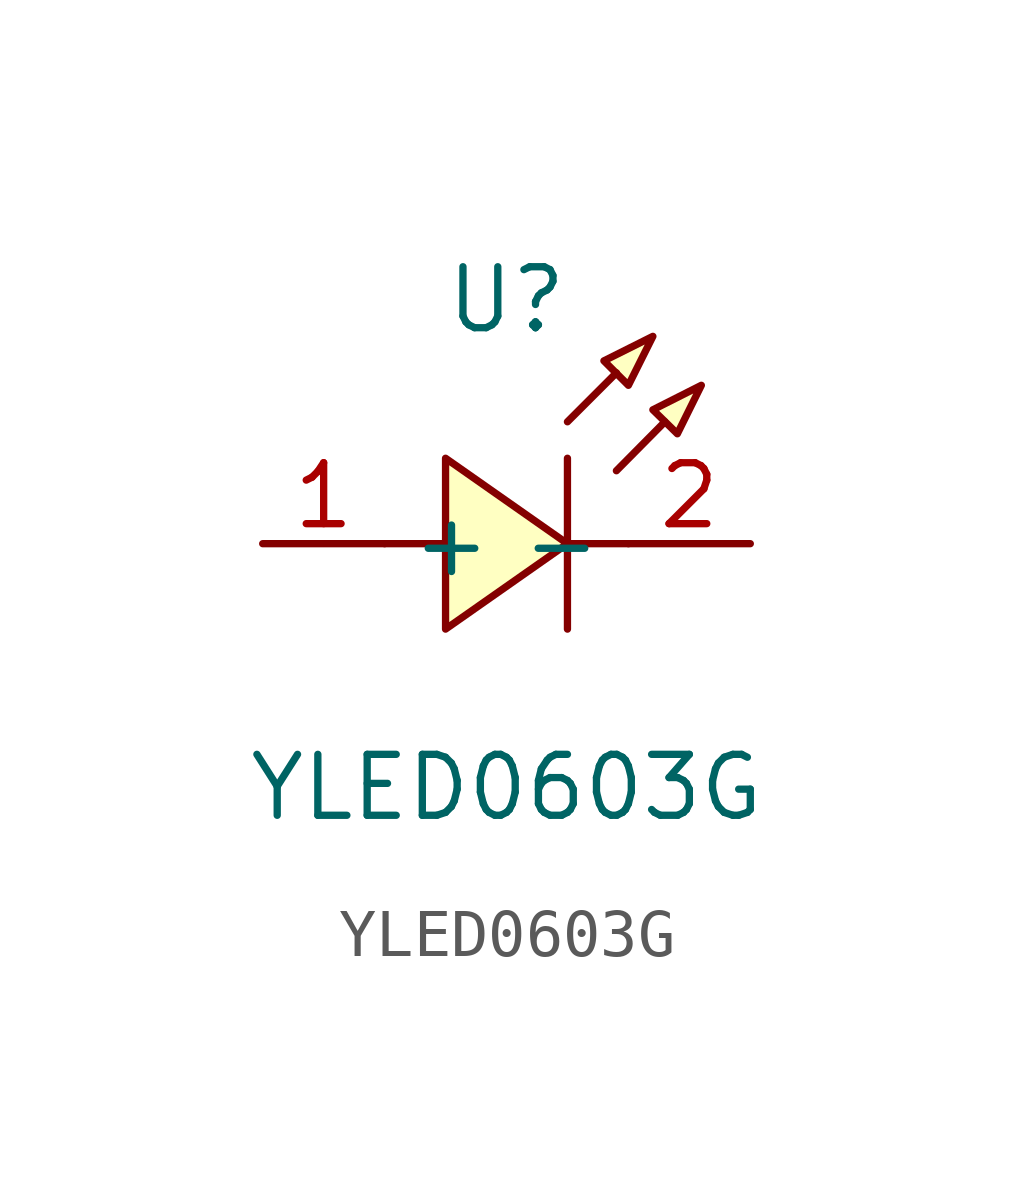
<source format=kicad_sym>
(kicad_symbol_lib
  (version 20211014)
  (generator https://github.com/uPesy/easyeda2kicad.py)
  (symbol "YLED0603G"
    (property "Reference" "U"
      (at 0 5.08 0)
      (effects (font (size 1.27 1.27))))
    (property "Value" "YLED0603G"
      (at 0 -5.08 0)
      (effects (font (size 1.27 1.27))))
    (symbol "YLED0603G_0_1"
      (polyline (pts (xy 4.06 3.30) (xy 3.05 2.79) (xy 3.56 2.29) (xy 4.06 3.30)) (stroke (width 0) (type default) (color 0 0 0 0)) (fill (type background)))
      (polyline (pts (xy 3.05 4.32) (xy 2.03 3.81) (xy 2.54 3.30) (xy 3.05 4.32)) (stroke (width 0) (type default) (color 0 0 0 0)) (fill (type background)))
      (polyline (pts (xy -1.27 1.78) (xy 1.27 -0.00) (xy -1.27 -1.78) (xy -1.27 1.78)) (stroke (width 0) (type default) (color 0 0 0 0)) (fill (type background)))
      (polyline (pts (xy 2.29 1.52) (xy 3.30 2.54) (xy 2.29 1.52)) (stroke (width 0) (type default) (color 0 0 0 0)) (fill (type background)))
      (polyline (pts (xy 1.27 2.54) (xy 2.29 3.56) (xy 1.27 2.54)) (stroke (width 0) (type default) (color 0 0 0 0)) (fill (type background)))
      (polyline (pts (xy 1.27 -0.00) (xy 2.54 -0.00)) (stroke (width 0) (type default) (color 0 0 0 0)) (fill (type none)))
      (polyline (pts (xy -2.54 -0.00) (xy -1.27 -0.00)) (stroke (width 0) (type default) (color 0 0 0 0)) (fill (type none)))
      (polyline (pts (xy 1.27 1.78) (xy 1.27 -1.78)) (stroke (width 0) (type default) (color 0 0 0 0)) (fill (type none)))
      (pin unspecified line (at 5.08 -0.00 180) (length 2.54) (name "-" (effects (font (size 1.27 1.27)))) (number "2" (effects (font (size 1.27 1.27)))))
      (pin unspecified line (at -5.08 -0.00 0) (length 2.54) (name "+" (effects (font (size 1.27 1.27)))) (number "1" (effects (font (size 1.27 1.27))))))))
</source>
